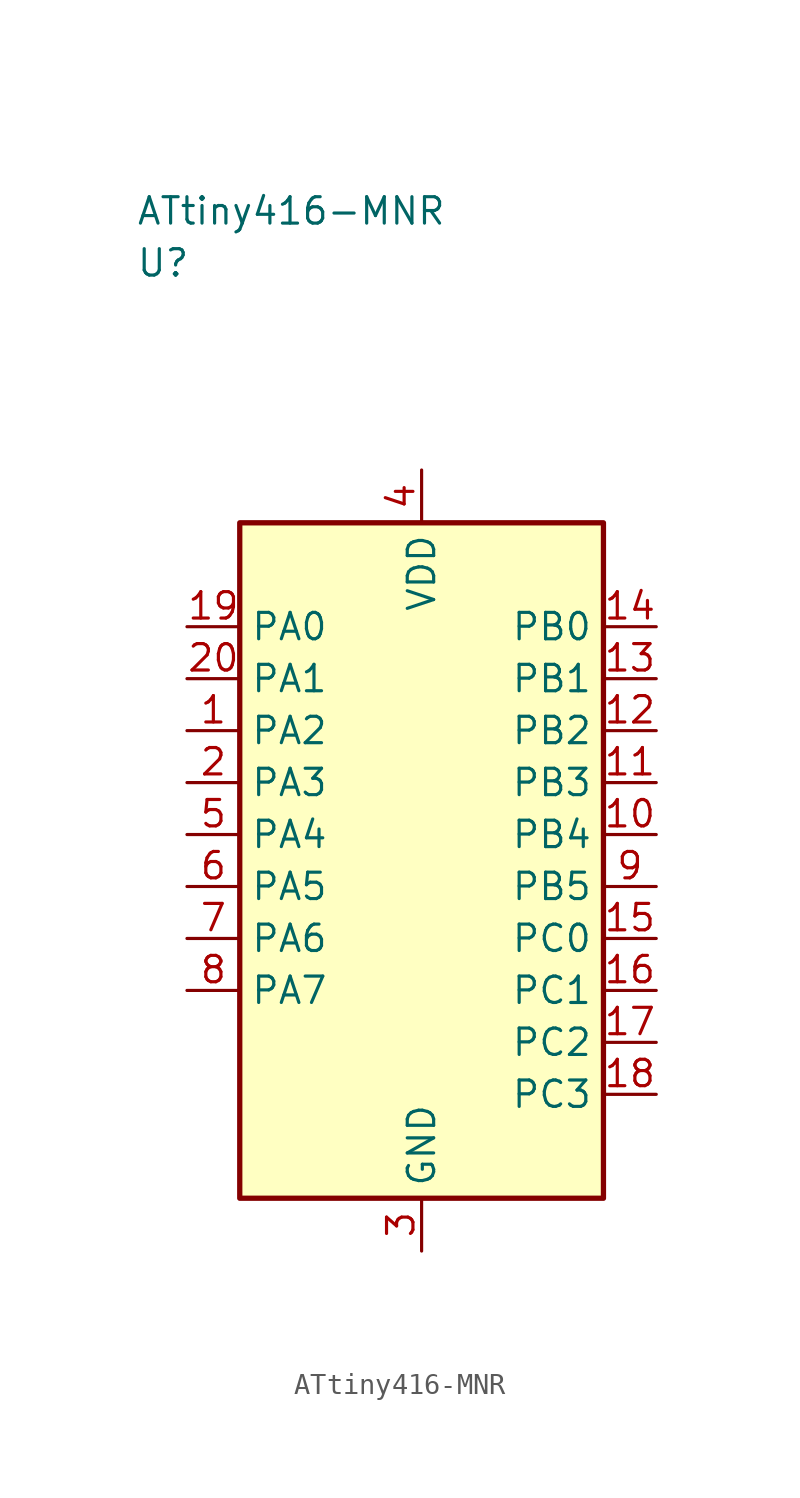
<source format=kicad_sym>
(kicad_symbol_lib
  (version 20241025)
  (generator "kicad_symbol_editor")
  (generator_version "8.0")
  (symbol "ATtiny416-MNR"
    (property "Reference" "U"
      (at -13.75 28.75 0)
      (effects (font (size 1.27 1.27)) (justify left)))
    (property "Value" "ATtiny416-MNR"
      (at -13.75 31.25 0)
      (effects (font (size 1.27 1.27)) (justify left)))
    (symbol "ATtiny416-MNR_0_1"
      (rectangle (start -8.75 16.25) (end 8.75 -16.25) (stroke (width 0.254) (type default)) (fill (type background))))
    (symbol "ATtiny416-MNR_1_1"
      (pin bidirectional line (at -11.29 6.25 0.0) (length 2.54) (name "PA2" (effects (font (size 1.27 1.27)))) (number "1" (effects (font (size 1.27 1.27)))))
      (pin bidirectional line (at -11.29 3.75 0.0) (length 2.54) (name "PA3" (effects (font (size 1.27 1.27)))) (number "2" (effects (font (size 1.27 1.27)))))
      (pin passive line (at 0.0 -18.79 90.0) (length 2.54) (name "GND" (effects (font (size 1.27 1.27)))) (number "3" (effects (font (size 1.27 1.27)))))
      (pin power_in line (at 0.0 18.79 270.0) (length 2.54) (name "VDD" (effects (font (size 1.27 1.27)))) (number "4" (effects (font (size 1.27 1.27)))))
      (pin bidirectional line (at -11.29 1.25 0.0) (length 2.54) (name "PA4" (effects (font (size 1.27 1.27)))) (number "5" (effects (font (size 1.27 1.27)))))
      (pin bidirectional line (at -11.29 -1.25 0.0) (length 2.54) (name "PA5" (effects (font (size 1.27 1.27)))) (number "6" (effects (font (size 1.27 1.27)))))
      (pin bidirectional line (at -11.29 -3.75 0.0) (length 2.54) (name "PA6" (effects (font (size 1.27 1.27)))) (number "7" (effects (font (size 1.27 1.27)))))
      (pin bidirectional line (at -11.29 -6.25 0.0) (length 2.54) (name "PA7" (effects (font (size 1.27 1.27)))) (number "8" (effects (font (size 1.27 1.27)))))
      (pin bidirectional line (at 11.29 -1.25 180.0) (length 2.54) (name "PB5" (effects (font (size 1.27 1.27)))) (number "9" (effects (font (size 1.27 1.27)))))
      (pin bidirectional line (at 11.29 1.25 180.0) (length 2.54) (name "PB4" (effects (font (size 1.27 1.27)))) (number "10" (effects (font (size 1.27 1.27)))))
      (pin bidirectional line (at 11.29 3.75 180.0) (length 2.54) (name "PB3" (effects (font (size 1.27 1.27)))) (number "11" (effects (font (size 1.27 1.27)))))
      (pin bidirectional line (at 11.29 6.25 180.0) (length 2.54) (name "PB2" (effects (font (size 1.27 1.27)))) (number "12" (effects (font (size 1.27 1.27)))))
      (pin bidirectional line (at 11.29 8.75 180.0) (length 2.54) (name "PB1" (effects (font (size 1.27 1.27)))) (number "13" (effects (font (size 1.27 1.27)))))
      (pin bidirectional line (at 11.29 11.25 180.0) (length 2.54) (name "PB0" (effects (font (size 1.27 1.27)))) (number "14" (effects (font (size 1.27 1.27)))))
      (pin bidirectional line (at 11.29 -3.75 180.0) (length 2.54) (name "PC0" (effects (font (size 1.27 1.27)))) (number "15" (effects (font (size 1.27 1.27)))))
      (pin bidirectional line (at 11.29 -6.25 180.0) (length 2.54) (name "PC1" (effects (font (size 1.27 1.27)))) (number "16" (effects (font (size 1.27 1.27)))))
      (pin bidirectional line (at 11.29 -8.75 180.0) (length 2.54) (name "PC2" (effects (font (size 1.27 1.27)))) (number "17" (effects (font (size 1.27 1.27)))))
      (pin bidirectional line (at 11.29 -11.25 180.0) (length 2.54) (name "PC3" (effects (font (size 1.27 1.27)))) (number "18" (effects (font (size 1.27 1.27)))))
      (pin bidirectional line (at -11.29 11.25 0.0) (length 2.54) (name "PA0" (effects (font (size 1.27 1.27)))) (number "19" (effects (font (size 1.27 1.27)))))
      (pin bidirectional line (at -11.29 8.75 0.0) (length 2.54) (name "PA1" (effects (font (size 1.27 1.27)))) (number "20" (effects (font (size 1.27 1.27))))))))
</source>
